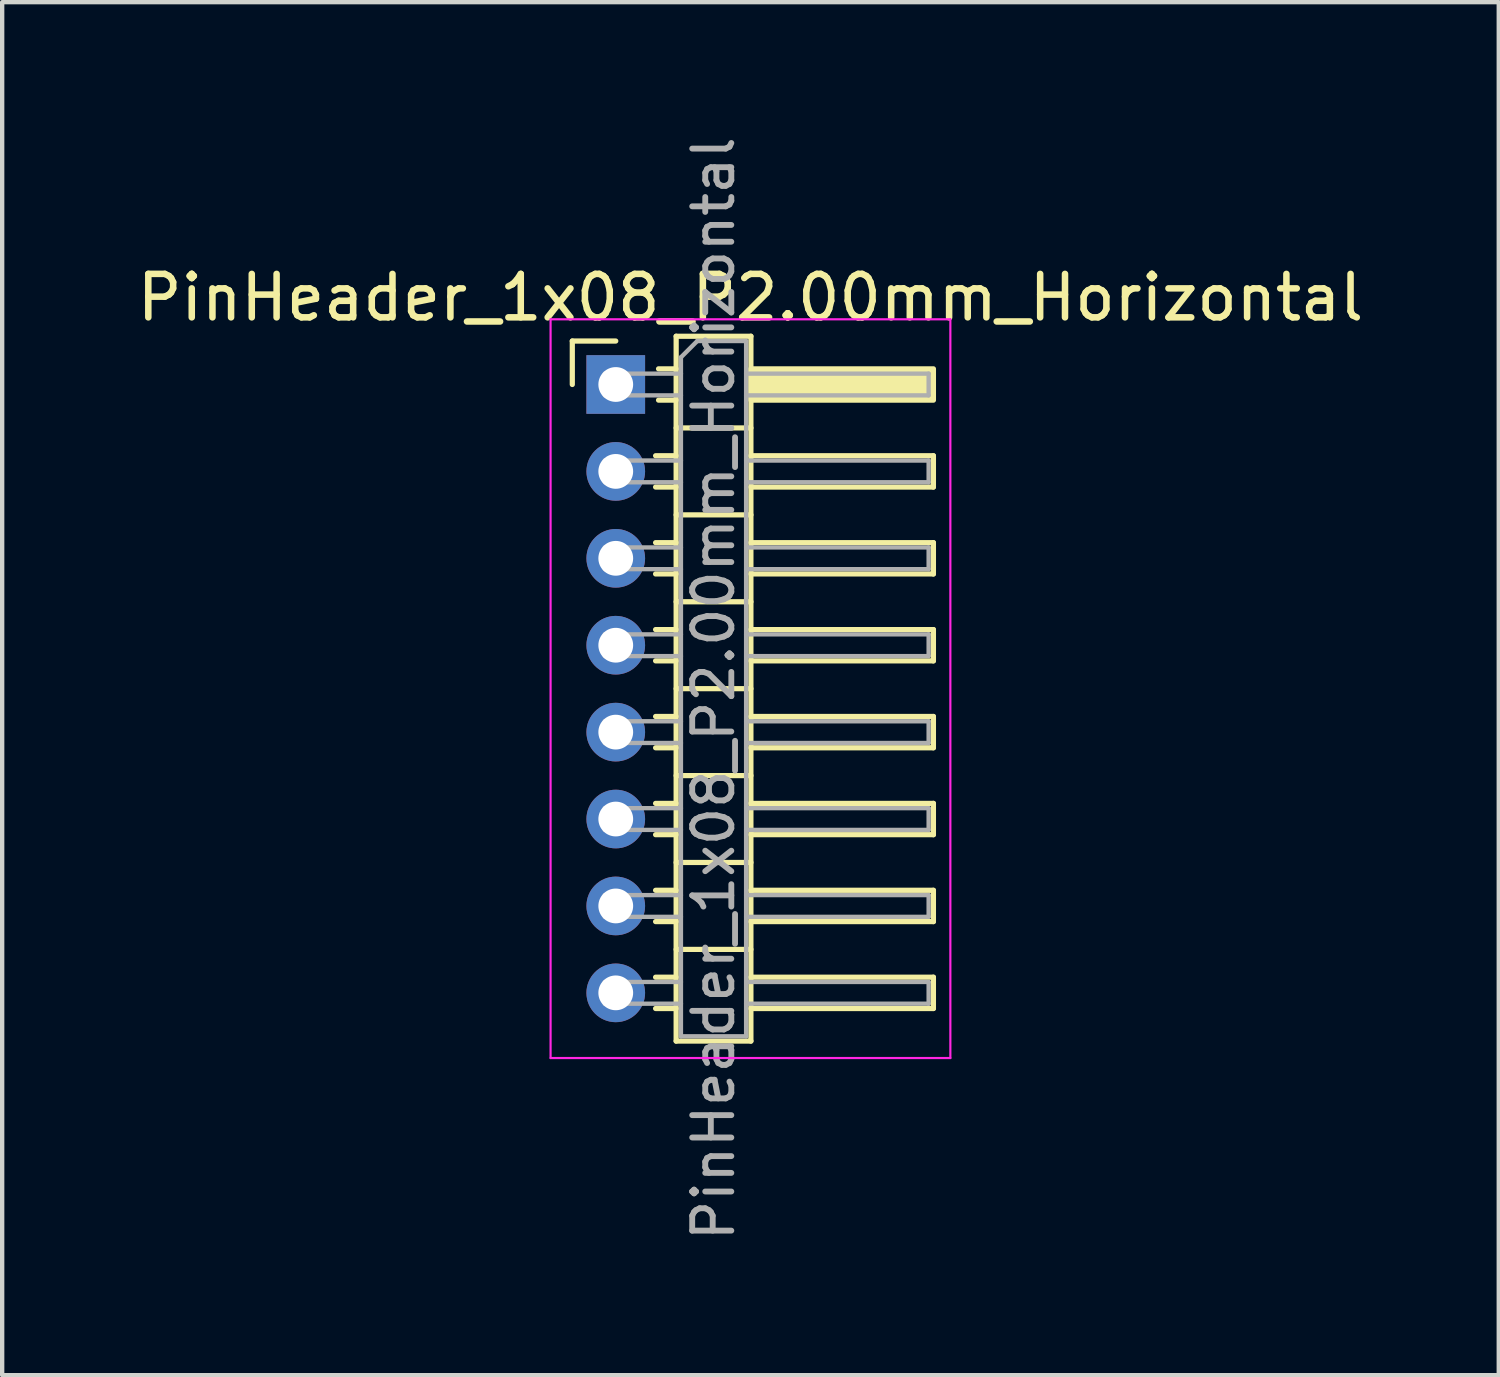
<source format=kicad_pcb>
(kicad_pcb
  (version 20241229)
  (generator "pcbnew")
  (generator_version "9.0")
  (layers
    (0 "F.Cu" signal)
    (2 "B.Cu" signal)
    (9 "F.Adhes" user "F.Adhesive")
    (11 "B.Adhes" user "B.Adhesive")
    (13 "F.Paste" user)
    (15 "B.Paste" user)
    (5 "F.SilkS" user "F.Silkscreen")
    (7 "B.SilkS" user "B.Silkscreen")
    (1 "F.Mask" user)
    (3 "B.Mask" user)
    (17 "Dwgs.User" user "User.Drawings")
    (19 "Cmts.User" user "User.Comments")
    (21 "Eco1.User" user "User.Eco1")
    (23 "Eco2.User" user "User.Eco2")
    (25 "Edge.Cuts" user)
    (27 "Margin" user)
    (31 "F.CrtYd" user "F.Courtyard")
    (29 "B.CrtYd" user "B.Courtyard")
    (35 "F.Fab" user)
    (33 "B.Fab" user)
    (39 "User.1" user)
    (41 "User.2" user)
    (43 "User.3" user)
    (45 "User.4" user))
  (footprint "PinHeader_1x08_P2.00mm_Horizontal"
    (layer "F.Cu")
    (at 11.12 5.798)
    (property "Reference" "PinHeader_1x08_P2.00mm_Horizontal" (at 3.1 -2 0) (layer "F.SilkS") (effects (font (size 1 1) (thickness 0.15))))
    (attr through_hole)
    (fp_line (start -1 -1) (end 0 -1) (stroke (width 0.12) (type solid)) (layer "F.SilkS"))
    (fp_line (start -1 0) (end -1 -1) (stroke (width 0.12) (type solid)) (layer "F.SilkS"))
    (fp_line (start 0.917 1.64) (end 1.39 1.64) (stroke (width 0.12) (type solid)) (layer "F.SilkS"))
    (fp_line (start 0.917 2.36) (end 1.39 2.36) (stroke (width 0.12) (type solid)) (layer "F.SilkS"))
    (fp_line (start 0.917 3.64) (end 1.39 3.64) (stroke (width 0.12) (type solid)) (layer "F.SilkS"))
    (fp_line (start 0.917 4.36) (end 1.39 4.36) (stroke (width 0.12) (type solid)) (layer "F.SilkS"))
    (fp_line (start 0.917 5.64) (end 1.39 5.64) (stroke (width 0.12) (type solid)) (layer "F.SilkS"))
    (fp_line (start 0.917 6.36) (end 1.39 6.36) (stroke (width 0.12) (type solid)) (layer "F.SilkS"))
    (fp_line (start 0.917 7.64) (end 1.39 7.64) (stroke (width 0.12) (type solid)) (layer "F.SilkS"))
    (fp_line (start 0.917 8.36) (end 1.39 8.36) (stroke (width 0.12) (type solid)) (layer "F.SilkS"))
    (fp_line (start 0.917 9.64) (end 1.39 9.64) (stroke (width 0.12) (type solid)) (layer "F.SilkS"))
    (fp_line (start 0.917 10.36) (end 1.39 10.36) (stroke (width 0.12) (type solid)) (layer "F.SilkS"))
    (fp_line (start 0.917 11.64) (end 1.39 11.64) (stroke (width 0.12) (type solid)) (layer "F.SilkS"))
    (fp_line (start 0.917 12.36) (end 1.39 12.36) (stroke (width 0.12) (type solid)) (layer "F.SilkS"))
    (fp_line (start 0.917 13.64) (end 1.39 13.64) (stroke (width 0.12) (type solid)) (layer "F.SilkS"))
    (fp_line (start 0.917 14.36) (end 1.39 14.36) (stroke (width 0.12) (type solid)) (layer "F.SilkS"))
    (fp_line (start 0.985 -0.36) (end 1.39 -0.36) (stroke (width 0.12) (type solid)) (layer "F.SilkS"))
    (fp_line (start 0.985 0.36) (end 1.39 0.36) (stroke (width 0.12) (type solid)) (layer "F.SilkS"))
    (fp_line (start 1.39 -1.11) (end 1.39 15.11) (stroke (width 0.12) (type solid)) (layer "F.SilkS"))
    (fp_line (start 1.39 1) (end 3.11 1) (stroke (width 0.12) (type solid)) (layer "F.SilkS"))
    (fp_line (start 1.39 3) (end 3.11 3) (stroke (width 0.12) (type solid)) (layer "F.SilkS"))
    (fp_line (start 1.39 5) (end 3.11 5) (stroke (width 0.12) (type solid)) (layer "F.SilkS"))
    (fp_line (start 1.39 7) (end 3.11 7) (stroke (width 0.12) (type solid)) (layer "F.SilkS"))
    (fp_line (start 1.39 9) (end 3.11 9) (stroke (width 0.12) (type solid)) (layer "F.SilkS"))
    (fp_line (start 1.39 11) (end 3.11 11) (stroke (width 0.12) (type solid)) (layer "F.SilkS"))
    (fp_line (start 1.39 13) (end 3.11 13) (stroke (width 0.12) (type solid)) (layer "F.SilkS"))
    (fp_line (start 1.39 15.11) (end 3.11 15.11) (stroke (width 0.12) (type solid)) (layer "F.SilkS"))
    (fp_line (start 3.11 -1.11) (end 1.39 -1.11) (stroke (width 0.12) (type solid)) (layer "F.SilkS"))
    (fp_line (start 3.11 1.64) (end 7.31 1.64) (stroke (width 0.12) (type solid)) (layer "F.SilkS"))
    (fp_line (start 3.11 3.64) (end 7.31 3.64) (stroke (width 0.12) (type solid)) (layer "F.SilkS"))
    (fp_line (start 3.11 5.64) (end 7.31 5.64) (stroke (width 0.12) (type solid)) (layer "F.SilkS"))
    (fp_line (start 3.11 7.64) (end 7.31 7.64) (stroke (width 0.12) (type solid)) (layer "F.SilkS"))
    (fp_line (start 3.11 9.64) (end 7.31 9.64) (stroke (width 0.12) (type solid)) (layer "F.SilkS"))
    (fp_line (start 3.11 11.64) (end 7.31 11.64) (stroke (width 0.12) (type solid)) (layer "F.SilkS"))
    (fp_line (start 3.11 13.64) (end 7.31 13.64) (stroke (width 0.12) (type solid)) (layer "F.SilkS"))
    (fp_line (start 3.11 15.11) (end 3.11 -1.11) (stroke (width 0.12) (type solid)) (layer "F.SilkS"))
    (fp_line (start 7.31 1.64) (end 7.31 2.36) (stroke (width 0.12) (type solid)) (layer "F.SilkS"))
    (fp_line (start 7.31 2.36) (end 3.11 2.36) (stroke (width 0.12) (type solid)) (layer "F.SilkS"))
    (fp_line (start 7.31 3.64) (end 7.31 4.36) (stroke (width 0.12) (type solid)) (layer "F.SilkS"))
    (fp_line (start 7.31 4.36) (end 3.11 4.36) (stroke (width 0.12) (type solid)) (layer "F.SilkS"))
    (fp_line (start 7.31 5.64) (end 7.31 6.36) (stroke (width 0.12) (type solid)) (layer "F.SilkS"))
    (fp_line (start 7.31 6.36) (end 3.11 6.36) (stroke (width 0.12) (type solid)) (layer "F.SilkS"))
    (fp_line (start 7.31 7.64) (end 7.31 8.36) (stroke (width 0.12) (type solid)) (layer "F.SilkS"))
    (fp_line (start 7.31 8.36) (end 3.11 8.36) (stroke (width 0.12) (type solid)) (layer "F.SilkS"))
    (fp_line (start 7.31 9.64) (end 7.31 10.36) (stroke (width 0.12) (type solid)) (layer "F.SilkS"))
    (fp_line (start 7.31 10.36) (end 3.11 10.36) (stroke (width 0.12) (type solid)) (layer "F.SilkS"))
    (fp_line (start 7.31 11.64) (end 7.31 12.36) (stroke (width 0.12) (type solid)) (layer "F.SilkS"))
    (fp_line (start 7.31 12.36) (end 3.11 12.36) (stroke (width 0.12) (type solid)) (layer "F.SilkS"))
    (fp_line (start 7.31 13.64) (end 7.31 14.36) (stroke (width 0.12) (type solid)) (layer "F.SilkS"))
    (fp_line (start 7.31 14.36) (end 3.11 14.36) (stroke (width 0.12) (type solid)) (layer "F.SilkS"))
    (fp_rect (start 3.11 -0.36) (end 7.31 0.36) (stroke (width 0.12) (type solid)) (fill yes) (layer "F.SilkS"))
    (fp_line (start -1.5 -1.5) (end -1.5 15.5) (stroke (width 0.05) (type solid)) (layer "F.CrtYd"))
    (fp_line (start -1.5 15.5) (end 7.7 15.5) (stroke (width 0.05) (type solid)) (layer "F.CrtYd"))
    (fp_line (start 7.7 -1.5) (end -1.5 -1.5) (stroke (width 0.05) (type solid)) (layer "F.CrtYd"))
    (fp_line (start 7.7 15.5) (end 7.7 -1.5) (stroke (width 0.05) (type solid)) (layer "F.CrtYd"))
    (fp_line (start -0.25 -0.25) (end -0.25 0.25) (stroke (width 0.1) (type solid)) (layer "F.Fab"))
    (fp_line (start -0.25 -0.25) (end 1.5 -0.25) (stroke (width 0.1) (type solid)) (layer "F.Fab"))
    (fp_line (start -0.25 0.25) (end 1.5 0.25) (stroke (width 0.1) (type solid)) (layer "F.Fab"))
    (fp_line (start -0.25 1.75) (end -0.25 2.25) (stroke (width 0.1) (type solid)) (layer "F.Fab"))
    (fp_line (start -0.25 1.75) (end 1.5 1.75) (stroke (width 0.1) (type solid)) (layer "F.Fab"))
    (fp_line (start -0.25 2.25) (end 1.5 2.25) (stroke (width 0.1) (type solid)) (layer "F.Fab"))
    (fp_line (start -0.25 3.75) (end -0.25 4.25) (stroke (width 0.1) (type solid)) (layer "F.Fab"))
    (fp_line (start -0.25 3.75) (end 1.5 3.75) (stroke (width 0.1) (type solid)) (layer "F.Fab"))
    (fp_line (start -0.25 4.25) (end 1.5 4.25) (stroke (width 0.1) (type solid)) (layer "F.Fab"))
    (fp_line (start -0.25 5.75) (end -0.25 6.25) (stroke (width 0.1) (type solid)) (layer "F.Fab"))
    (fp_line (start -0.25 5.75) (end 1.5 5.75) (stroke (width 0.1) (type solid)) (layer "F.Fab"))
    (fp_line (start -0.25 6.25) (end 1.5 6.25) (stroke (width 0.1) (type solid)) (layer "F.Fab"))
    (fp_line (start -0.25 7.75) (end -0.25 8.25) (stroke (width 0.1) (type solid)) (layer "F.Fab"))
    (fp_line (start -0.25 7.75) (end 1.5 7.75) (stroke (width 0.1) (type solid)) (layer "F.Fab"))
    (fp_line (start -0.25 8.25) (end 1.5 8.25) (stroke (width 0.1) (type solid)) (layer "F.Fab"))
    (fp_line (start -0.25 9.75) (end -0.25 10.25) (stroke (width 0.1) (type solid)) (layer "F.Fab"))
    (fp_line (start -0.25 9.75) (end 1.5 9.75) (stroke (width 0.1) (type solid)) (layer "F.Fab"))
    (fp_line (start -0.25 10.25) (end 1.5 10.25) (stroke (width 0.1) (type solid)) (layer "F.Fab"))
    (fp_line (start -0.25 11.75) (end -0.25 12.25) (stroke (width 0.1) (type solid)) (layer "F.Fab"))
    (fp_line (start -0.25 11.75) (end 1.5 11.75) (stroke (width 0.1) (type solid)) (layer "F.Fab"))
    (fp_line (start -0.25 12.25) (end 1.5 12.25) (stroke (width 0.1) (type solid)) (layer "F.Fab"))
    (fp_line (start -0.25 13.75) (end -0.25 14.25) (stroke (width 0.1) (type solid)) (layer "F.Fab"))
    (fp_line (start -0.25 13.75) (end 1.5 13.75) (stroke (width 0.1) (type solid)) (layer "F.Fab"))
    (fp_line (start -0.25 14.25) (end 1.5 14.25) (stroke (width 0.1) (type solid)) (layer "F.Fab"))
    (fp_line (start 1.5 -0.625) (end 1.875 -1) (stroke (width 0.1) (type solid)) (layer "F.Fab"))
    (fp_line (start 1.5 15) (end 1.5 -0.625) (stroke (width 0.1) (type solid)) (layer "F.Fab"))
    (fp_line (start 1.875 -1) (end 3 -1) (stroke (width 0.1) (type solid)) (layer "F.Fab"))
    (fp_line (start 3 -1) (end 3 15) (stroke (width 0.1) (type solid)) (layer "F.Fab"))
    (fp_line (start 3 -0.25) (end 7.2 -0.25) (stroke (width 0.1) (type solid)) (layer "F.Fab"))
    (fp_line (start 3 0.25) (end 7.2 0.25) (stroke (width 0.1) (type solid)) (layer "F.Fab"))
    (fp_line (start 3 1.75) (end 7.2 1.75) (stroke (width 0.1) (type solid)) (layer "F.Fab"))
    (fp_line (start 3 2.25) (end 7.2 2.25) (stroke (width 0.1) (type solid)) (layer "F.Fab"))
    (fp_line (start 3 3.75) (end 7.2 3.75) (stroke (width 0.1) (type solid)) (layer "F.Fab"))
    (fp_line (start 3 4.25) (end 7.2 4.25) (stroke (width 0.1) (type solid)) (layer "F.Fab"))
    (fp_line (start 3 5.75) (end 7.2 5.75) (stroke (width 0.1) (type solid)) (layer "F.Fab"))
    (fp_line (start 3 6.25) (end 7.2 6.25) (stroke (width 0.1) (type solid)) (layer "F.Fab"))
    (fp_line (start 3 7.75) (end 7.2 7.75) (stroke (width 0.1) (type solid)) (layer "F.Fab"))
    (fp_line (start 3 8.25) (end 7.2 8.25) (stroke (width 0.1) (type solid)) (layer "F.Fab"))
    (fp_line (start 3 9.75) (end 7.2 9.75) (stroke (width 0.1) (type solid)) (layer "F.Fab"))
    (fp_line (start 3 10.25) (end 7.2 10.25) (stroke (width 0.1) (type solid)) (layer "F.Fab"))
    (fp_line (start 3 11.75) (end 7.2 11.75) (stroke (width 0.1) (type solid)) (layer "F.Fab"))
    (fp_line (start 3 12.25) (end 7.2 12.25) (stroke (width 0.1) (type solid)) (layer "F.Fab"))
    (fp_line (start 3 13.75) (end 7.2 13.75) (stroke (width 0.1) (type solid)) (layer "F.Fab"))
    (fp_line (start 3 14.25) (end 7.2 14.25) (stroke (width 0.1) (type solid)) (layer "F.Fab"))
    (fp_line (start 3 15) (end 1.5 15) (stroke (width 0.1) (type solid)) (layer "F.Fab"))
    (fp_line (start 7.2 -0.25) (end 7.2 0.25) (stroke (width 0.1) (type solid)) (layer "F.Fab"))
    (fp_line (start 7.2 1.75) (end 7.2 2.25) (stroke (width 0.1) (type solid)) (layer "F.Fab"))
    (fp_line (start 7.2 3.75) (end 7.2 4.25) (stroke (width 0.1) (type solid)) (layer "F.Fab"))
    (fp_line (start 7.2 5.75) (end 7.2 6.25) (stroke (width 0.1) (type solid)) (layer "F.Fab"))
    (fp_line (start 7.2 7.75) (end 7.2 8.25) (stroke (width 0.1) (type solid)) (layer "F.Fab"))
    (fp_line (start 7.2 9.75) (end 7.2 10.25) (stroke (width 0.1) (type solid)) (layer "F.Fab"))
    (fp_line (start 7.2 11.75) (end 7.2 12.25) (stroke (width 0.1) (type solid)) (layer "F.Fab"))
    (fp_line (start 7.2 13.75) (end 7.2 14.25) (stroke (width 0.1) (type solid)) (layer "F.Fab"))
    (fp_text user "${REFERENCE}" (at 2.25 7 90) (layer "F.Fab") (effects (font (size 0.9 0.9) (thickness 0.135))))
    (pad "1" thru_hole rect (at 0 0) (size 1.35 1.35) (drill 0.8) (layers "*.Cu" "*.Mask"))
    (pad "2" thru_hole circle (at 0 2) (size 1.35 1.35) (drill 0.8) (layers "*.Cu" "*.Mask"))
    (pad "3" thru_hole circle (at 0 4) (size 1.35 1.35) (drill 0.8) (layers "*.Cu" "*.Mask"))
    (pad "4" thru_hole circle (at 0 6) (size 1.35 1.35) (drill 0.8) (layers "*.Cu" "*.Mask"))
    (pad "5" thru_hole circle (at 0 8) (size 1.35 1.35) (drill 0.8) (layers "*.Cu" "*.Mask"))
    (pad "6" thru_hole circle (at 0 10) (size 1.35 1.35) (drill 0.8) (layers "*.Cu" "*.Mask"))
    (pad "7" thru_hole circle (at 0 12) (size 1.35 1.35) (drill 0.8) (layers "*.Cu" "*.Mask"))
    (pad "8" thru_hole circle (at 0 14) (size 1.35 1.35) (drill 0.8) (layers "*.Cu" "*.Mask")))
  (gr_rect
    (start -3 -3)
    (end 31.44 28.596)
    (stroke (width 0.1) (type default))
    (fill no)
    (layer "Edge.Cuts")))
</source>
